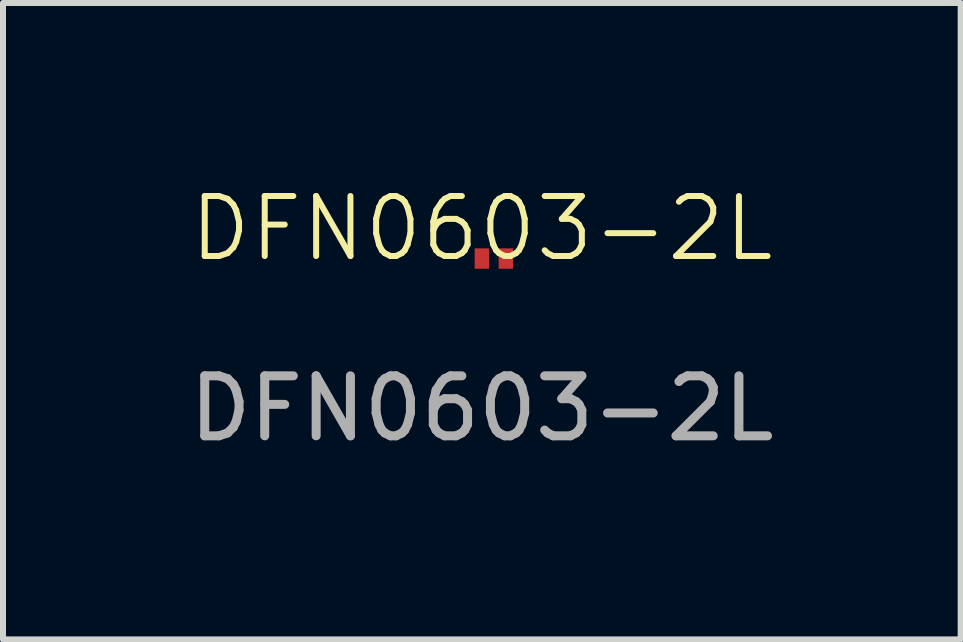
<source format=kicad_pcb>
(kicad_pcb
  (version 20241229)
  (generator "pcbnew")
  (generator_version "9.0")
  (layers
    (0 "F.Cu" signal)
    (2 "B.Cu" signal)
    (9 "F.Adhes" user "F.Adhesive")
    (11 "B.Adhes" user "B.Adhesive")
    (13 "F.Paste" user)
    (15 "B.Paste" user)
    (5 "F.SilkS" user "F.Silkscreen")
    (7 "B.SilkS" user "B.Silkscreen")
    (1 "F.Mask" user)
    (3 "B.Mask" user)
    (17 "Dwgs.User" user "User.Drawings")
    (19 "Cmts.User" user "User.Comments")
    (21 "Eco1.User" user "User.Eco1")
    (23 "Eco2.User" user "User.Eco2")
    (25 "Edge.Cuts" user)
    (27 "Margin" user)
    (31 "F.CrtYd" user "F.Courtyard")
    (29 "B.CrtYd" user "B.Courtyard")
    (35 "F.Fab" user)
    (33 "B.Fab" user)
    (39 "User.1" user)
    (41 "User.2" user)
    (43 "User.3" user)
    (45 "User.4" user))
  (footprint "DFN0603-2L"
    (layer "F.Cu")
    (at 4.982 1.26)
    (property "Reference" "DFN0603-2L" (at 0 -0.5 0) (unlocked yes) (layer "F.SilkS") (effects (font (size 1 1) (thickness 0.1))))
    (attr smd)
    (fp_rect (start -0.175 -0.225) (end 0.575 0.225) (stroke (width 0.05) (type solid)) (fill no) (layer "Margin"))
    (fp_text user "${REFERENCE}" (at 0 2.5 0) (unlocked yes) (layer "F.Fab") (effects (font (size 1 1) (thickness 0.15))))
    (pad "1" smd rect (at 0 0) (size 0.24 0.34) (layers "F.Cu" "F.Mask" "F.Paste"))
    (pad "2" smd rect (at 0.4 0) (size 0.24 0.34) (layers "F.Cu" "F.Mask" "F.Paste")))
  (gr_rect
    (start -3 -3)
    (end 12.964 7.609)
    (stroke (width 0.1) (type default))
    (fill no)
    (layer "Edge.Cuts")))
</source>
